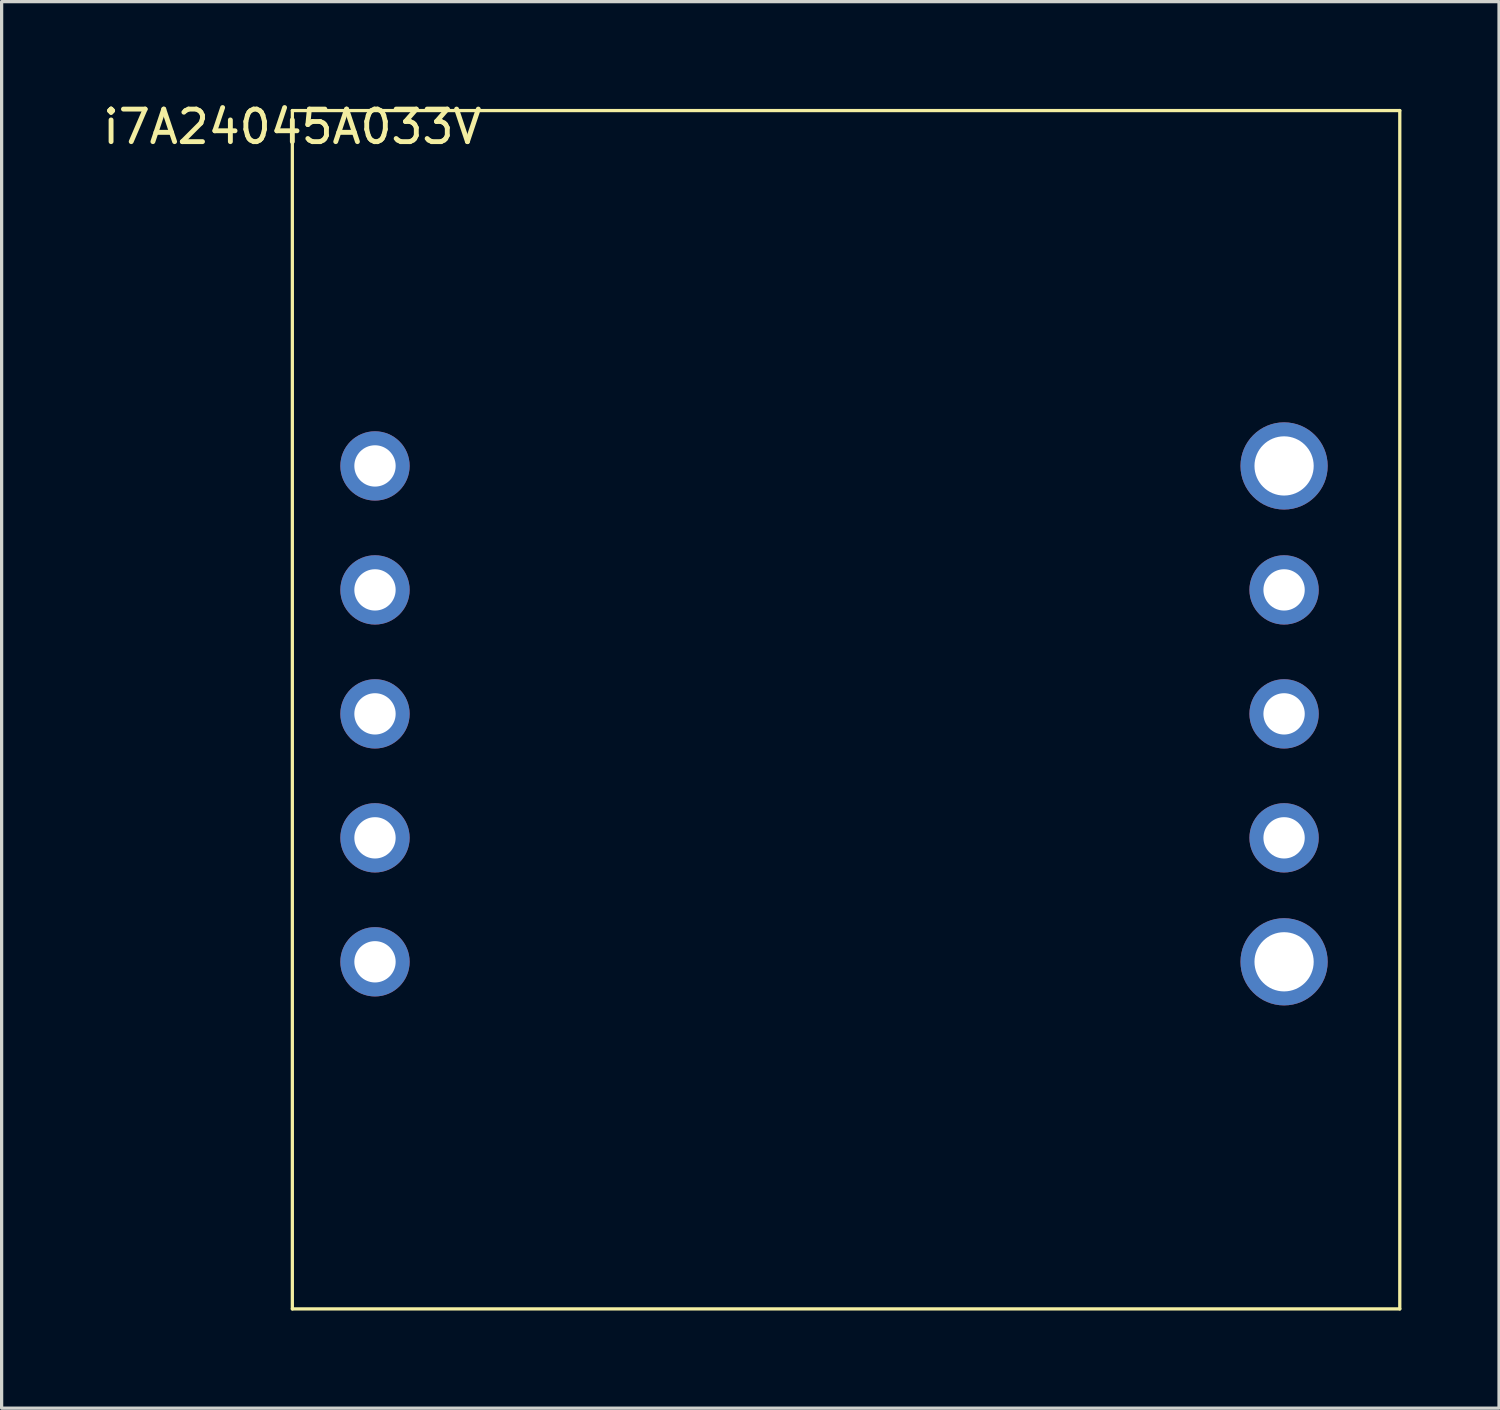
<source format=kicad_pcb>
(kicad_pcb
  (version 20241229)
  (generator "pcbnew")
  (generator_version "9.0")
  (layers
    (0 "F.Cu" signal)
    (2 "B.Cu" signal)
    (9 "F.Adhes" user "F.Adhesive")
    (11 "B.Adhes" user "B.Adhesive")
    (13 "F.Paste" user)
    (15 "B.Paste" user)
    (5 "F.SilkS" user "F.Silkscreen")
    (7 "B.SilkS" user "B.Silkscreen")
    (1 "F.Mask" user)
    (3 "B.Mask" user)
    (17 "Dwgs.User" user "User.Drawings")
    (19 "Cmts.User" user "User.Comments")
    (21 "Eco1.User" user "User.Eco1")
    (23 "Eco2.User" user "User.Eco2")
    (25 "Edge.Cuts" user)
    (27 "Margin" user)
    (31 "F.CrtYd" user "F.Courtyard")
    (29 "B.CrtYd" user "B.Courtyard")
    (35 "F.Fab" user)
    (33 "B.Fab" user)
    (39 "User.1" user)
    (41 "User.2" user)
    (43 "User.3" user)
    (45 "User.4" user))
  (footprint "i7A24045A033V"
    (layer "F.Cu")
    (at 5.935 0.348)
    (property "Reference" "i7A24045A033V" (at 0 0.5 0) (layer "F.SilkS") (effects (font (size 1 1) (thickness 0.15))))
    (attr through_hole)
    (fp_line (start 0 0) (end 34.036 0) (stroke (width 0.1) (type solid)) (layer "F.SilkS"))
    (fp_line (start 0 36.83) (end 0 0) (stroke (width 0.1) (type solid)) (layer "F.SilkS"))
    (fp_line (start 34.036 0) (end 34.036 36.83) (stroke (width 0.1) (type solid)) (layer "F.SilkS"))
    (fp_line (start 34.036 36.83) (end 0 36.83) (stroke (width 0.1) (type solid)) (layer "F.SilkS"))
    (pad "1" thru_hole circle (at 2.54 10.922) (size 2.13 2.13) (drill 1.27) (layers "*.Cu" "*.Mask"))
    (pad "2" thru_hole circle (at 2.54 18.542) (size 2.13 2.13) (drill 1.27) (layers "*.Cu" "*.Mask"))
    (pad "3" thru_hole circle (at 2.54 26.162) (size 2.13 2.13) (drill 1.27) (layers "*.Cu" "*.Mask"))
    (pad "4" thru_hole circle (at 30.48 26.162) (size 2.68 2.68) (drill 1.82) (layers "*.Cu" "*.Mask"))
    (pad "5" thru_hole circle (at 30.48 22.352) (size 2.13 2.13) (drill 1.27) (layers "*.Cu" "*.Mask"))
    (pad "6" thru_hole circle (at 30.48 18.542) (size 2.13 2.13) (drill 1.27) (layers "*.Cu" "*.Mask"))
    (pad "7" thru_hole circle (at 30.48 14.732) (size 2.13 2.13) (drill 1.27) (layers "*.Cu" "*.Mask"))
    (pad "8" thru_hole circle (at 30.48 10.922) (size 2.68 2.68) (drill 1.82) (layers "*.Cu" "*.Mask"))
    (pad "9" thru_hole circle (at 2.54 14.732) (size 2.13 2.13) (drill 1.27) (layers "*.Cu" "*.Mask"))
    (pad "10" thru_hole circle (at 2.54 22.352) (size 2.13 2.13) (drill 1.27) (layers "*.Cu" "*.Mask")))
  (gr_rect
    (start -3 -3)
    (end 43.021 40.228)
    (stroke (width 0.1) (type default))
    (fill no)
    (layer "Edge.Cuts")))
</source>
